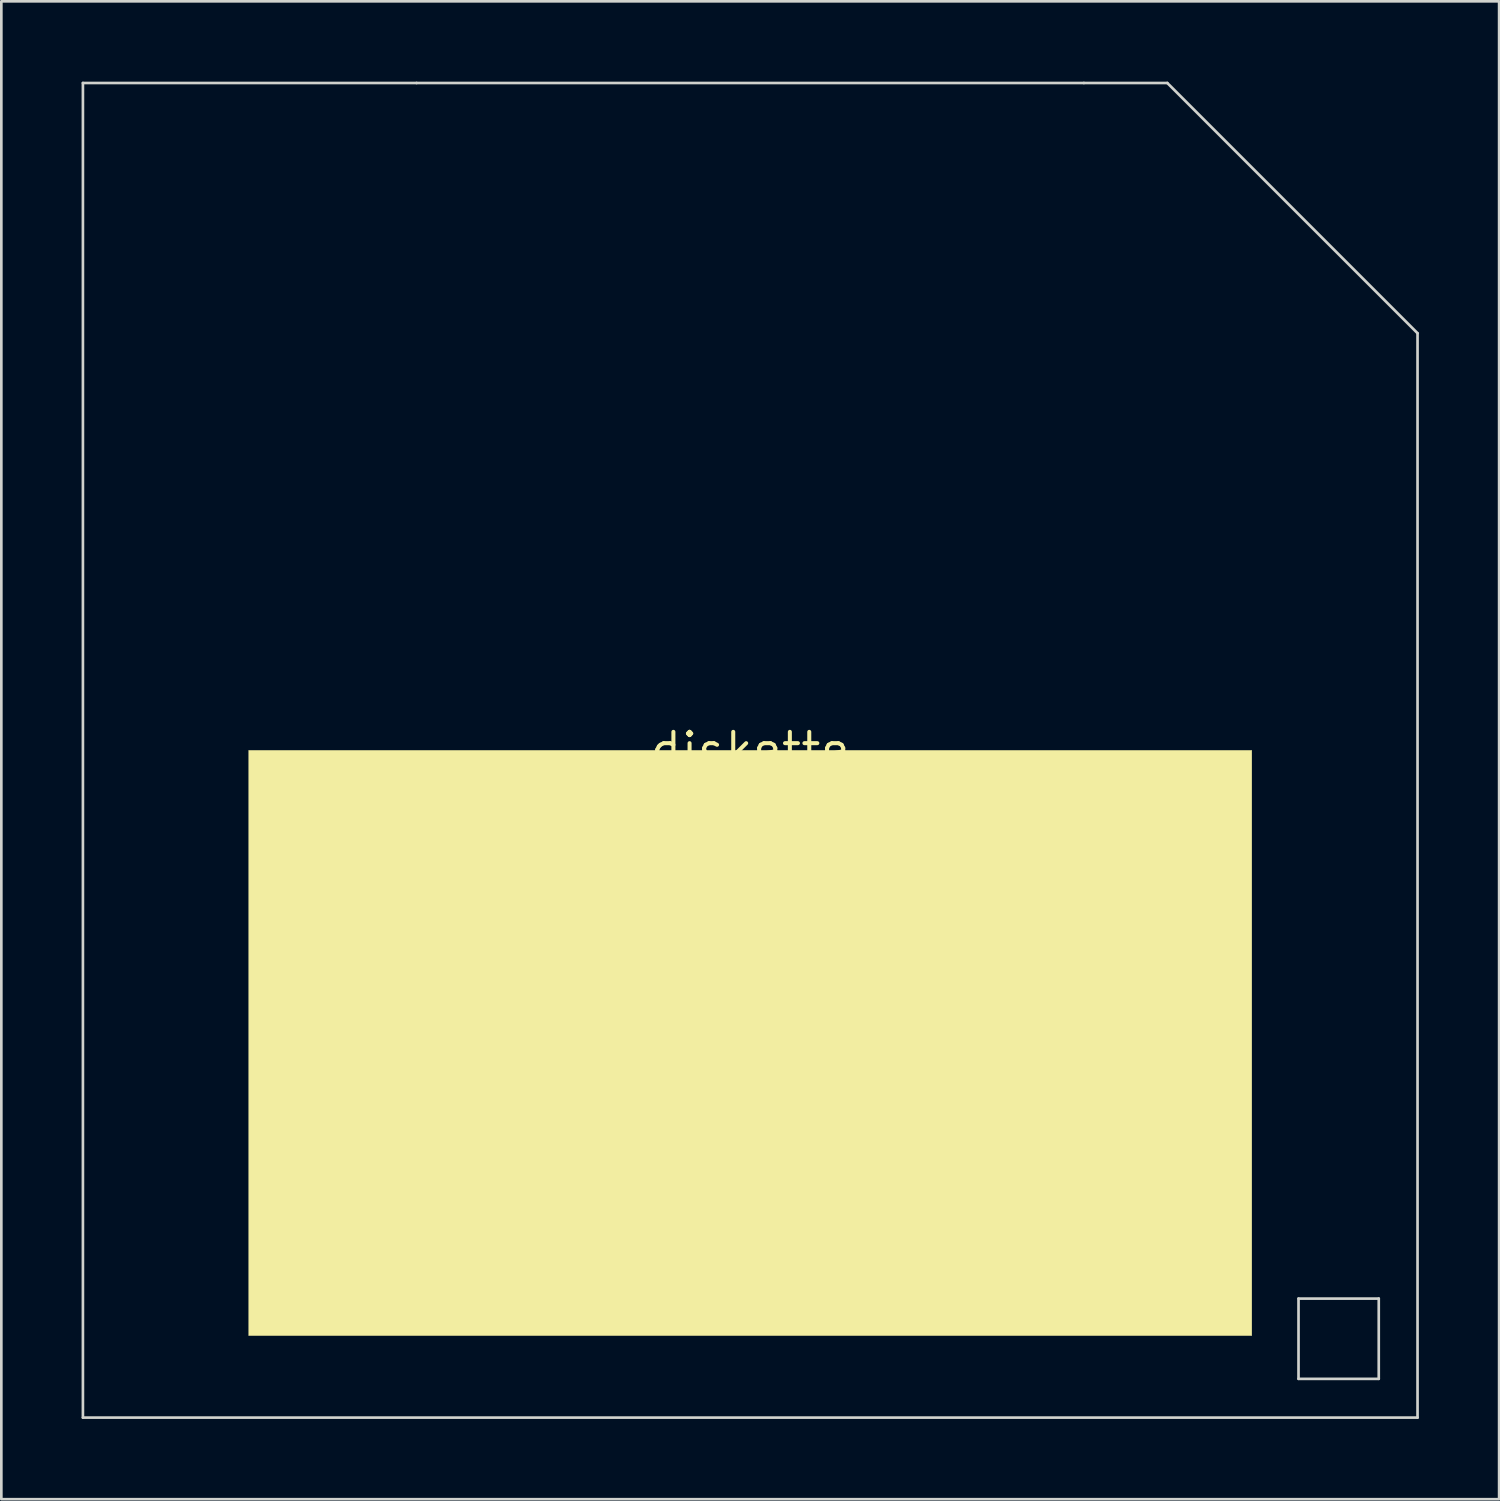
<source format=kicad_pcb>
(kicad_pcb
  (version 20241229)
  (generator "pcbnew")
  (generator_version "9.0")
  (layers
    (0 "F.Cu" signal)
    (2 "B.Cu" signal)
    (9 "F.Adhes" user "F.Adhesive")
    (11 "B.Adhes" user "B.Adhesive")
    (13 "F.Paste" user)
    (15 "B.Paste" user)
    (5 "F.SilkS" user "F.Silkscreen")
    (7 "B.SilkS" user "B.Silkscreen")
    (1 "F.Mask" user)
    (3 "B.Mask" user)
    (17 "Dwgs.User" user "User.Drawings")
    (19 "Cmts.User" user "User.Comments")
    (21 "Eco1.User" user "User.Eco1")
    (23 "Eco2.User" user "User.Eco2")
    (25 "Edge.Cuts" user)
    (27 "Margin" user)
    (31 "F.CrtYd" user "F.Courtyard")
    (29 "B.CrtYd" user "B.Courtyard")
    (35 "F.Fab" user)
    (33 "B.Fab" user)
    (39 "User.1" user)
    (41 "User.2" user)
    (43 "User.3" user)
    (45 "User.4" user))
  (footprint "diskette"
    (layer "F.Cu")
    (at 25 25.003)
    (property "Reference" "diskette" (at 0 0 0) (layer "F.SilkS") (effects (font (size 1.27 1.27) (thickness 0.15))))
    (attr through_hole)
    (fp_poly (pts (xy -20.489 23.516) (xy -23.516 23.516) (xy -23.516 20.489) (xy -20.489 20.489) (xy -20.489 23.516)) (stroke (width 0.01) (type solid)) (fill yes) (layer "F.Mask"))
    (fp_poly (pts (xy 12.509 -4.678) (xy -12.509 -4.678) (xy -12.509 -21.865) (xy 3.133 -21.865) (xy 3.133 -7.832) (xy 9.356 -7.832) (xy 9.356 -21.865) (xy 3.133 -21.865) (xy -12.509 -21.865) (xy -12.509 -24.998) (xy 12.509 -24.998) (xy 12.509 -4.678)) (stroke (width 0.01) (type solid)) (fill yes) (layer "F.Mask"))
    (fp_poly (pts (xy 18.754 21.886) (xy -18.754 21.886) (xy -18.754 0) (xy 18.754 0) (xy 18.754 21.886)) (stroke (width 0.01) (type solid)) (fill yes) (layer "F.SilkS"))
    (fp_line (start -24.95 -24.95) (end -24.95 24.95) (stroke (width 0.1) (type solid)) (layer "Edge.Cuts"))
    (fp_line (start -24.95 24.95) (end 24.95 24.95) (stroke (width 0.1) (type solid)) (layer "Edge.Cuts"))
    (fp_line (start -12.475 -24.95) (end -24.95 -24.95) (stroke (width 0.1) (type solid)) (layer "Edge.Cuts"))
    (fp_line (start 12.475 -24.95) (end -12.475 -24.95) (stroke (width 0.1) (type solid)) (layer "Edge.Cuts"))
    (fp_line (start 15.594 -24.95) (end 12.475 -24.95) (stroke (width 0.1) (type solid)) (layer "Edge.Cuts"))
    (fp_line (start 20.5 20.5) (end 23.5 20.5) (stroke (width 0.1) (type solid)) (layer "Edge.Cuts"))
    (fp_line (start 20.5 23.5) (end 20.5 20.5) (stroke (width 0.1) (type solid)) (layer "Edge.Cuts"))
    (fp_line (start 23.5 20.5) (end 23.5 23.5) (stroke (width 0.1) (type solid)) (layer "Edge.Cuts"))
    (fp_line (start 23.5 23.5) (end 20.5 23.5) (stroke (width 0.1) (type solid)) (layer "Edge.Cuts"))
    (fp_line (start 24.95 -15.594) (end 15.594 -24.95) (stroke (width 0.1) (type solid)) (layer "Edge.Cuts"))
    (fp_line (start 24.95 24.95) (end 24.95 -15.594) (stroke (width 0.1) (type solid)) (layer "Edge.Cuts")))
  (gr_rect
    (start -3 -3)
    (end 53 53.003)
    (stroke (width 0.1) (type default))
    (fill no)
    (layer "Edge.Cuts")))
</source>
